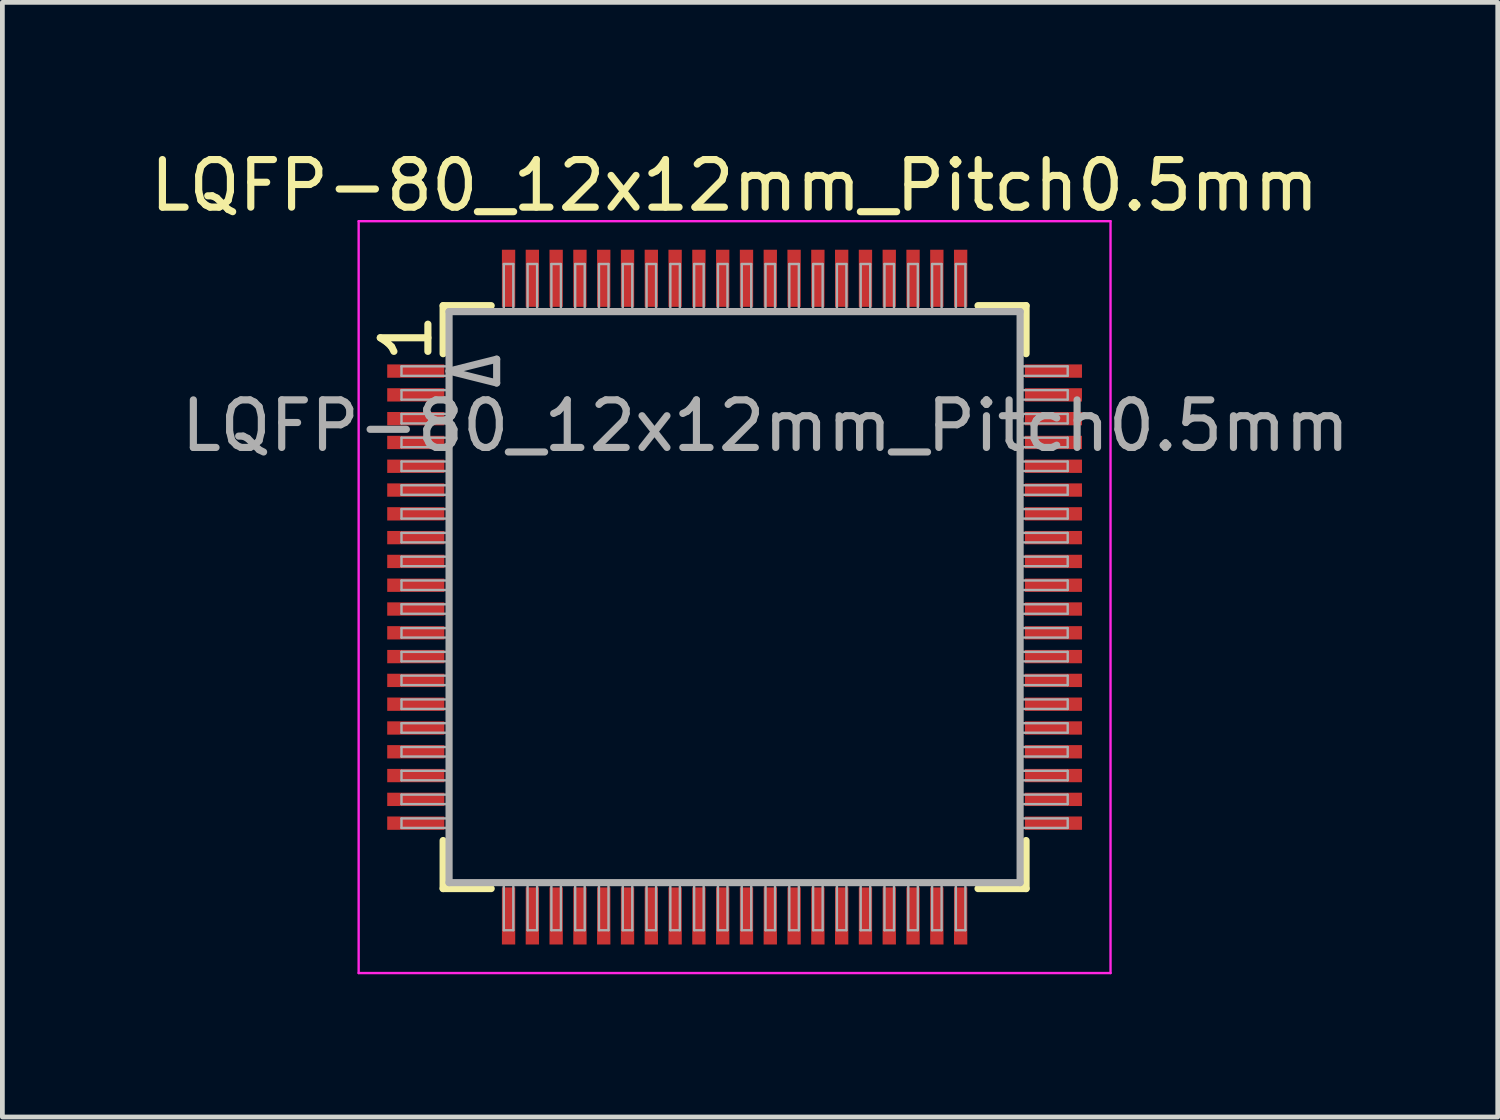
<source format=kicad_pcb>
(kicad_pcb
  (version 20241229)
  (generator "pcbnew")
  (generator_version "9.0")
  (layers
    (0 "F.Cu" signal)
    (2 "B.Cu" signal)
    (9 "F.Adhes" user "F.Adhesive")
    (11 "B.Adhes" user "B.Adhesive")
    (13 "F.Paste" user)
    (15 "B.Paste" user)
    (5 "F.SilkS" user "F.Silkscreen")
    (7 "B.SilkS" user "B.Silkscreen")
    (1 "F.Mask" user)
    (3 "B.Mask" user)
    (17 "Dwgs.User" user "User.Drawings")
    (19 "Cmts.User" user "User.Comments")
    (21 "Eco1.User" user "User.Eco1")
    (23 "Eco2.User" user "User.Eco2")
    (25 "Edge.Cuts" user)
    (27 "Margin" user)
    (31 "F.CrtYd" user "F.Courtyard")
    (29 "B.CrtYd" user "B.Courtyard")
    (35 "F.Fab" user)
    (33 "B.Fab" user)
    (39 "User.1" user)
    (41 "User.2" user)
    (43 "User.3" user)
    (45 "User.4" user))
  (footprint "LQFP-80_12x12mm_Pitch0.5mm"
    (layer "F.Cu")
    (at 12.387 9.498)
    (property "Reference" "LQFP-80_12x12mm_Pitch0.5mm" (at 0 -8.65 0) (layer "F.SilkS") (effects (font (size 1 1) (thickness 0.15))))
    (attr smd)
    (fp_line (start -6.125 -6.125) (end -6.125 -5.115) (stroke (width 0.15) (type solid)) (layer "F.SilkS"))
    (fp_line (start -6.125 -6.125) (end -5.115 -6.125) (stroke (width 0.15) (type solid)) (layer "F.SilkS"))
    (fp_line (start -6.125 6.125) (end -6.125 5.115) (stroke (width 0.15) (type solid)) (layer "F.SilkS"))
    (fp_line (start -6.125 6.125) (end -5.115 6.125) (stroke (width 0.15) (type solid)) (layer "F.SilkS"))
    (fp_line (start 6.125 -6.125) (end 5.115 -6.125) (stroke (width 0.15) (type solid)) (layer "F.SilkS"))
    (fp_line (start 6.125 -6.125) (end 6.125 -5.115) (stroke (width 0.15) (type solid)) (layer "F.SilkS"))
    (fp_line (start 6.125 6.125) (end 5.115 6.125) (stroke (width 0.15) (type solid)) (layer "F.SilkS"))
    (fp_line (start 6.125 6.125) (end 6.125 5.115) (stroke (width 0.15) (type solid)) (layer "F.SilkS"))
    (fp_line (start -7.9 -7.9) (end -7.9 7.9) (stroke (width 0.05) (type solid)) (layer "F.CrtYd"))
    (fp_line (start -7.9 -7.9) (end 7.9 -7.9) (stroke (width 0.05) (type solid)) (layer "F.CrtYd"))
    (fp_line (start -7.9 7.9) (end 7.9 7.9) (stroke (width 0.05) (type solid)) (layer "F.CrtYd"))
    (fp_line (start 7.9 -7.9) (end 7.9 7.9) (stroke (width 0.05) (type solid)) (layer "F.CrtYd"))
    (fp_line (start -7 -4.85) (end -7 -4.65) (stroke (width 0.05) (type solid)) (layer "F.Fab"))
    (fp_line (start -7 -4.65) (end -6 -4.65) (stroke (width 0.05) (type solid)) (layer "F.Fab"))
    (fp_line (start -7 -4.35) (end -7 -4.15) (stroke (width 0.05) (type solid)) (layer "F.Fab"))
    (fp_line (start -7 -4.15) (end -6 -4.15) (stroke (width 0.05) (type solid)) (layer "F.Fab"))
    (fp_line (start -7 -3.85) (end -7 -3.65) (stroke (width 0.05) (type solid)) (layer "F.Fab"))
    (fp_line (start -7 -3.65) (end -6 -3.65) (stroke (width 0.05) (type solid)) (layer "F.Fab"))
    (fp_line (start -7 -3.35) (end -7 -3.15) (stroke (width 0.05) (type solid)) (layer "F.Fab"))
    (fp_line (start -7 -3.15) (end -6 -3.15) (stroke (width 0.05) (type solid)) (layer "F.Fab"))
    (fp_line (start -7 -2.85) (end -7 -2.65) (stroke (width 0.05) (type solid)) (layer "F.Fab"))
    (fp_line (start -7 -2.65) (end -6 -2.65) (stroke (width 0.05) (type solid)) (layer "F.Fab"))
    (fp_line (start -7 -2.35) (end -7 -2.15) (stroke (width 0.05) (type solid)) (layer "F.Fab"))
    (fp_line (start -7 -2.15) (end -6 -2.15) (stroke (width 0.05) (type solid)) (layer "F.Fab"))
    (fp_line (start -7 -1.85) (end -7 -1.65) (stroke (width 0.05) (type solid)) (layer "F.Fab"))
    (fp_line (start -7 -1.65) (end -6 -1.65) (stroke (width 0.05) (type solid)) (layer "F.Fab"))
    (fp_line (start -7 -1.35) (end -7 -1.15) (stroke (width 0.05) (type solid)) (layer "F.Fab"))
    (fp_line (start -7 -1.15) (end -6 -1.15) (stroke (width 0.05) (type solid)) (layer "F.Fab"))
    (fp_line (start -7 -0.85) (end -7 -0.65) (stroke (width 0.05) (type solid)) (layer "F.Fab"))
    (fp_line (start -7 -0.65) (end -6 -0.65) (stroke (width 0.05) (type solid)) (layer "F.Fab"))
    (fp_line (start -7 -0.35) (end -7 -0.15) (stroke (width 0.05) (type solid)) (layer "F.Fab"))
    (fp_line (start -7 -0.15) (end -6 -0.15) (stroke (width 0.05) (type solid)) (layer "F.Fab"))
    (fp_line (start -7 0.15) (end -7 0.35) (stroke (width 0.05) (type solid)) (layer "F.Fab"))
    (fp_line (start -7 0.35) (end -6 0.35) (stroke (width 0.05) (type solid)) (layer "F.Fab"))
    (fp_line (start -7 0.65) (end -7 0.85) (stroke (width 0.05) (type solid)) (layer "F.Fab"))
    (fp_line (start -7 0.85) (end -6 0.85) (stroke (width 0.05) (type solid)) (layer "F.Fab"))
    (fp_line (start -7 1.15) (end -7 1.35) (stroke (width 0.05) (type solid)) (layer "F.Fab"))
    (fp_line (start -7 1.35) (end -6 1.35) (stroke (width 0.05) (type solid)) (layer "F.Fab"))
    (fp_line (start -7 1.65) (end -7 1.85) (stroke (width 0.05) (type solid)) (layer "F.Fab"))
    (fp_line (start -7 1.85) (end -6 1.85) (stroke (width 0.05) (type solid)) (layer "F.Fab"))
    (fp_line (start -7 2.15) (end -7 2.35) (stroke (width 0.05) (type solid)) (layer "F.Fab"))
    (fp_line (start -7 2.35) (end -6 2.35) (stroke (width 0.05) (type solid)) (layer "F.Fab"))
    (fp_line (start -7 2.65) (end -7 2.85) (stroke (width 0.05) (type solid)) (layer "F.Fab"))
    (fp_line (start -7 2.85) (end -6 2.85) (stroke (width 0.05) (type solid)) (layer "F.Fab"))
    (fp_line (start -7 3.15) (end -7 3.35) (stroke (width 0.05) (type solid)) (layer "F.Fab"))
    (fp_line (start -7 3.35) (end -6 3.35) (stroke (width 0.05) (type solid)) (layer "F.Fab"))
    (fp_line (start -7 3.65) (end -7 3.85) (stroke (width 0.05) (type solid)) (layer "F.Fab"))
    (fp_line (start -7 3.85) (end -6 3.85) (stroke (width 0.05) (type solid)) (layer "F.Fab"))
    (fp_line (start -7 4.15) (end -7 4.35) (stroke (width 0.05) (type solid)) (layer "F.Fab"))
    (fp_line (start -7 4.35) (end -6 4.35) (stroke (width 0.05) (type solid)) (layer "F.Fab"))
    (fp_line (start -7 4.65) (end -7 4.85) (stroke (width 0.05) (type solid)) (layer "F.Fab"))
    (fp_line (start -7 4.85) (end -6 4.85) (stroke (width 0.05) (type solid)) (layer "F.Fab"))
    (fp_line (start -6 -6) (end 6 -6) (stroke (width 0.15) (type solid)) (layer "F.Fab"))
    (fp_line (start -6 -4.85) (end -7 -4.85) (stroke (width 0.05) (type solid)) (layer "F.Fab"))
    (fp_line (start -6 -4.75) (end -5 -5) (stroke (width 0.15) (type solid)) (layer "F.Fab"))
    (fp_line (start -6 -4.65) (end -6 -4.85) (stroke (width 0.05) (type solid)) (layer "F.Fab"))
    (fp_line (start -6 -4.35) (end -7 -4.35) (stroke (width 0.05) (type solid)) (layer "F.Fab"))
    (fp_line (start -6 -4.15) (end -6 -4.35) (stroke (width 0.05) (type solid)) (layer "F.Fab"))
    (fp_line (start -6 -3.85) (end -7 -3.85) (stroke (width 0.05) (type solid)) (layer "F.Fab"))
    (fp_line (start -6 -3.65) (end -6 -3.85) (stroke (width 0.05) (type solid)) (layer "F.Fab"))
    (fp_line (start -6 -3.35) (end -7 -3.35) (stroke (width 0.05) (type solid)) (layer "F.Fab"))
    (fp_line (start -6 -3.15) (end -6 -3.35) (stroke (width 0.05) (type solid)) (layer "F.Fab"))
    (fp_line (start -6 -2.85) (end -7 -2.85) (stroke (width 0.05) (type solid)) (layer "F.Fab"))
    (fp_line (start -6 -2.65) (end -6 -2.85) (stroke (width 0.05) (type solid)) (layer "F.Fab"))
    (fp_line (start -6 -2.35) (end -7 -2.35) (stroke (width 0.05) (type solid)) (layer "F.Fab"))
    (fp_line (start -6 -2.15) (end -6 -2.35) (stroke (width 0.05) (type solid)) (layer "F.Fab"))
    (fp_line (start -6 -1.85) (end -7 -1.85) (stroke (width 0.05) (type solid)) (layer "F.Fab"))
    (fp_line (start -6 -1.65) (end -6 -1.85) (stroke (width 0.05) (type solid)) (layer "F.Fab"))
    (fp_line (start -6 -1.35) (end -7 -1.35) (stroke (width 0.05) (type solid)) (layer "F.Fab"))
    (fp_line (start -6 -1.15) (end -6 -1.35) (stroke (width 0.05) (type solid)) (layer "F.Fab"))
    (fp_line (start -6 -0.85) (end -7 -0.85) (stroke (width 0.05) (type solid)) (layer "F.Fab"))
    (fp_line (start -6 -0.65) (end -6 -0.85) (stroke (width 0.05) (type solid)) (layer "F.Fab"))
    (fp_line (start -6 -0.35) (end -7 -0.35) (stroke (width 0.05) (type solid)) (layer "F.Fab"))
    (fp_line (start -6 -0.15) (end -6 -0.35) (stroke (width 0.05) (type solid)) (layer "F.Fab"))
    (fp_line (start -6 0.15) (end -7 0.15) (stroke (width 0.05) (type solid)) (layer "F.Fab"))
    (fp_line (start -6 0.35) (end -6 0.15) (stroke (width 0.05) (type solid)) (layer "F.Fab"))
    (fp_line (start -6 0.65) (end -7 0.65) (stroke (width 0.05) (type solid)) (layer "F.Fab"))
    (fp_line (start -6 0.85) (end -6 0.65) (stroke (width 0.05) (type solid)) (layer "F.Fab"))
    (fp_line (start -6 1.15) (end -7 1.15) (stroke (width 0.05) (type solid)) (layer "F.Fab"))
    (fp_line (start -6 1.35) (end -6 1.15) (stroke (width 0.05) (type solid)) (layer "F.Fab"))
    (fp_line (start -6 1.65) (end -7 1.65) (stroke (width 0.05) (type solid)) (layer "F.Fab"))
    (fp_line (start -6 1.85) (end -6 1.65) (stroke (width 0.05) (type solid)) (layer "F.Fab"))
    (fp_line (start -6 2.15) (end -7 2.15) (stroke (width 0.05) (type solid)) (layer "F.Fab"))
    (fp_line (start -6 2.35) (end -6 2.15) (stroke (width 0.05) (type solid)) (layer "F.Fab"))
    (fp_line (start -6 2.65) (end -7 2.65) (stroke (width 0.05) (type solid)) (layer "F.Fab"))
    (fp_line (start -6 2.85) (end -6 2.65) (stroke (width 0.05) (type solid)) (layer "F.Fab"))
    (fp_line (start -6 3.15) (end -7 3.15) (stroke (width 0.05) (type solid)) (layer "F.Fab"))
    (fp_line (start -6 3.35) (end -6 3.15) (stroke (width 0.05) (type solid)) (layer "F.Fab"))
    (fp_line (start -6 3.65) (end -7 3.65) (stroke (width 0.05) (type solid)) (layer "F.Fab"))
    (fp_line (start -6 3.85) (end -6 3.65) (stroke (width 0.05) (type solid)) (layer "F.Fab"))
    (fp_line (start -6 4.15) (end -7 4.15) (stroke (width 0.05) (type solid)) (layer "F.Fab"))
    (fp_line (start -6 4.35) (end -6 4.15) (stroke (width 0.05) (type solid)) (layer "F.Fab"))
    (fp_line (start -6 4.65) (end -7 4.65) (stroke (width 0.05) (type solid)) (layer "F.Fab"))
    (fp_line (start -6 4.85) (end -6 4.65) (stroke (width 0.05) (type solid)) (layer "F.Fab"))
    (fp_line (start -6 6) (end -6 -6) (stroke (width 0.15) (type solid)) (layer "F.Fab"))
    (fp_line (start -5 -5) (end -5 -4.5) (stroke (width 0.15) (type solid)) (layer "F.Fab"))
    (fp_line (start -5 -4.5) (end -6 -4.75) (stroke (width 0.15) (type solid)) (layer "F.Fab"))
    (fp_line (start -4.85 -7) (end -4.65 -7) (stroke (width 0.05) (type solid)) (layer "F.Fab"))
    (fp_line (start -4.85 -6) (end -4.85 -7) (stroke (width 0.05) (type solid)) (layer "F.Fab"))
    (fp_line (start -4.85 -6) (end -4.65 -6) (stroke (width 0.05) (type solid)) (layer "F.Fab"))
    (fp_line (start -4.85 6) (end -4.65 6) (stroke (width 0.05) (type solid)) (layer "F.Fab"))
    (fp_line (start -4.85 7) (end -4.85 6) (stroke (width 0.05) (type solid)) (layer "F.Fab"))
    (fp_line (start -4.85 7) (end -4.65 7) (stroke (width 0.05) (type solid)) (layer "F.Fab"))
    (fp_line (start -4.65 -7) (end -4.65 -6) (stroke (width 0.05) (type solid)) (layer "F.Fab"))
    (fp_line (start -4.65 6) (end -4.65 7) (stroke (width 0.05) (type solid)) (layer "F.Fab"))
    (fp_line (start -4.35 -7) (end -4.15 -7) (stroke (width 0.05) (type solid)) (layer "F.Fab"))
    (fp_line (start -4.35 -6) (end -4.35 -7) (stroke (width 0.05) (type solid)) (layer "F.Fab"))
    (fp_line (start -4.35 -6) (end -4.15 -6) (stroke (width 0.05) (type solid)) (layer "F.Fab"))
    (fp_line (start -4.35 6) (end -4.15 6) (stroke (width 0.05) (type solid)) (layer "F.Fab"))
    (fp_line (start -4.35 7) (end -4.35 6) (stroke (width 0.05) (type solid)) (layer "F.Fab"))
    (fp_line (start -4.35 7) (end -4.15 7) (stroke (width 0.05) (type solid)) (layer "F.Fab"))
    (fp_line (start -4.15 -7) (end -4.15 -6) (stroke (width 0.05) (type solid)) (layer "F.Fab"))
    (fp_line (start -4.15 6) (end -4.15 7) (stroke (width 0.05) (type solid)) (layer "F.Fab"))
    (fp_line (start -3.85 -7) (end -3.65 -7) (stroke (width 0.05) (type solid)) (layer "F.Fab"))
    (fp_line (start -3.85 -6) (end -3.85 -7) (stroke (width 0.05) (type solid)) (layer "F.Fab"))
    (fp_line (start -3.85 -6) (end -3.65 -6) (stroke (width 0.05) (type solid)) (layer "F.Fab"))
    (fp_line (start -3.85 6) (end -3.65 6) (stroke (width 0.05) (type solid)) (layer "F.Fab"))
    (fp_line (start -3.85 7) (end -3.85 6) (stroke (width 0.05) (type solid)) (layer "F.Fab"))
    (fp_line (start -3.85 7) (end -3.65 7) (stroke (width 0.05) (type solid)) (layer "F.Fab"))
    (fp_line (start -3.65 -7) (end -3.65 -6) (stroke (width 0.05) (type solid)) (layer "F.Fab"))
    (fp_line (start -3.65 6) (end -3.65 7) (stroke (width 0.05) (type solid)) (layer "F.Fab"))
    (fp_line (start -3.35 -7) (end -3.15 -7) (stroke (width 0.05) (type solid)) (layer "F.Fab"))
    (fp_line (start -3.35 -6) (end -3.35 -7) (stroke (width 0.05) (type solid)) (layer "F.Fab"))
    (fp_line (start -3.35 -6) (end -3.15 -6) (stroke (width 0.05) (type solid)) (layer "F.Fab"))
    (fp_line (start -3.35 6) (end -3.15 6) (stroke (width 0.05) (type solid)) (layer "F.Fab"))
    (fp_line (start -3.35 7) (end -3.35 6) (stroke (width 0.05) (type solid)) (layer "F.Fab"))
    (fp_line (start -3.35 7) (end -3.15 7) (stroke (width 0.05) (type solid)) (layer "F.Fab"))
    (fp_line (start -3.15 -7) (end -3.15 -6) (stroke (width 0.05) (type solid)) (layer "F.Fab"))
    (fp_line (start -3.15 6) (end -3.15 7) (stroke (width 0.05) (type solid)) (layer "F.Fab"))
    (fp_line (start -2.85 -7) (end -2.65 -7) (stroke (width 0.05) (type solid)) (layer "F.Fab"))
    (fp_line (start -2.85 -6) (end -2.85 -7) (stroke (width 0.05) (type solid)) (layer "F.Fab"))
    (fp_line (start -2.85 -6) (end -2.65 -6) (stroke (width 0.05) (type solid)) (layer "F.Fab"))
    (fp_line (start -2.85 6) (end -2.65 6) (stroke (width 0.05) (type solid)) (layer "F.Fab"))
    (fp_line (start -2.85 7) (end -2.85 6) (stroke (width 0.05) (type solid)) (layer "F.Fab"))
    (fp_line (start -2.85 7) (end -2.65 7) (stroke (width 0.05) (type solid)) (layer "F.Fab"))
    (fp_line (start -2.65 -7) (end -2.65 -6) (stroke (width 0.05) (type solid)) (layer "F.Fab"))
    (fp_line (start -2.65 6) (end -2.65 7) (stroke (width 0.05) (type solid)) (layer "F.Fab"))
    (fp_line (start -2.35 -7) (end -2.15 -7) (stroke (width 0.05) (type solid)) (layer "F.Fab"))
    (fp_line (start -2.35 -6) (end -2.35 -7) (stroke (width 0.05) (type solid)) (layer "F.Fab"))
    (fp_line (start -2.35 -6) (end -2.15 -6) (stroke (width 0.05) (type solid)) (layer "F.Fab"))
    (fp_line (start -2.35 6) (end -2.15 6) (stroke (width 0.05) (type solid)) (layer "F.Fab"))
    (fp_line (start -2.35 7) (end -2.35 6) (stroke (width 0.05) (type solid)) (layer "F.Fab"))
    (fp_line (start -2.35 7) (end -2.15 7) (stroke (width 0.05) (type solid)) (layer "F.Fab"))
    (fp_line (start -2.15 -7) (end -2.15 -6) (stroke (width 0.05) (type solid)) (layer "F.Fab"))
    (fp_line (start -2.15 6) (end -2.15 7) (stroke (width 0.05) (type solid)) (layer "F.Fab"))
    (fp_line (start -1.85 -7) (end -1.65 -7) (stroke (width 0.05) (type solid)) (layer "F.Fab"))
    (fp_line (start -1.85 -6) (end -1.85 -7) (stroke (width 0.05) (type solid)) (layer "F.Fab"))
    (fp_line (start -1.85 -6) (end -1.65 -6) (stroke (width 0.05) (type solid)) (layer "F.Fab"))
    (fp_line (start -1.85 6) (end -1.65 6) (stroke (width 0.05) (type solid)) (layer "F.Fab"))
    (fp_line (start -1.85 7) (end -1.85 6) (stroke (width 0.05) (type solid)) (layer "F.Fab"))
    (fp_line (start -1.85 7) (end -1.65 7) (stroke (width 0.05) (type solid)) (layer "F.Fab"))
    (fp_line (start -1.65 -7) (end -1.65 -6) (stroke (width 0.05) (type solid)) (layer "F.Fab"))
    (fp_line (start -1.65 6) (end -1.65 7) (stroke (width 0.05) (type solid)) (layer "F.Fab"))
    (fp_line (start -1.35 -7) (end -1.15 -7) (stroke (width 0.05) (type solid)) (layer "F.Fab"))
    (fp_line (start -1.35 -6) (end -1.35 -7) (stroke (width 0.05) (type solid)) (layer "F.Fab"))
    (fp_line (start -1.35 -6) (end -1.15 -6) (stroke (width 0.05) (type solid)) (layer "F.Fab"))
    (fp_line (start -1.35 6) (end -1.15 6) (stroke (width 0.05) (type solid)) (layer "F.Fab"))
    (fp_line (start -1.35 7) (end -1.35 6) (stroke (width 0.05) (type solid)) (layer "F.Fab"))
    (fp_line (start -1.35 7) (end -1.15 7) (stroke (width 0.05) (type solid)) (layer "F.Fab"))
    (fp_line (start -1.15 -7) (end -1.15 -6) (stroke (width 0.05) (type solid)) (layer "F.Fab"))
    (fp_line (start -1.15 6) (end -1.15 7) (stroke (width 0.05) (type solid)) (layer "F.Fab"))
    (fp_line (start -0.85 -7) (end -0.65 -7) (stroke (width 0.05) (type solid)) (layer "F.Fab"))
    (fp_line (start -0.85 -6) (end -0.85 -7) (stroke (width 0.05) (type solid)) (layer "F.Fab"))
    (fp_line (start -0.85 -6) (end -0.65 -6) (stroke (width 0.05) (type solid)) (layer "F.Fab"))
    (fp_line (start -0.85 6) (end -0.65 6) (stroke (width 0.05) (type solid)) (layer "F.Fab"))
    (fp_line (start -0.85 7) (end -0.85 6) (stroke (width 0.05) (type solid)) (layer "F.Fab"))
    (fp_line (start -0.85 7) (end -0.65 7) (stroke (width 0.05) (type solid)) (layer "F.Fab"))
    (fp_line (start -0.65 -7) (end -0.65 -6) (stroke (width 0.05) (type solid)) (layer "F.Fab"))
    (fp_line (start -0.65 6) (end -0.65 7) (stroke (width 0.05) (type solid)) (layer "F.Fab"))
    (fp_line (start -0.35 -7) (end -0.15 -7) (stroke (width 0.05) (type solid)) (layer "F.Fab"))
    (fp_line (start -0.35 -6) (end -0.35 -7) (stroke (width 0.05) (type solid)) (layer "F.Fab"))
    (fp_line (start -0.35 -6) (end -0.15 -6) (stroke (width 0.05) (type solid)) (layer "F.Fab"))
    (fp_line (start -0.35 6) (end -0.15 6) (stroke (width 0.05) (type solid)) (layer "F.Fab"))
    (fp_line (start -0.35 7) (end -0.35 6) (stroke (width 0.05) (type solid)) (layer "F.Fab"))
    (fp_line (start -0.35 7) (end -0.15 7) (stroke (width 0.05) (type solid)) (layer "F.Fab"))
    (fp_line (start -0.15 -7) (end -0.15 -6) (stroke (width 0.05) (type solid)) (layer "F.Fab"))
    (fp_line (start -0.15 6) (end -0.15 7) (stroke (width 0.05) (type solid)) (layer "F.Fab"))
    (fp_line (start 0.15 -7) (end 0.35 -7) (stroke (width 0.05) (type solid)) (layer "F.Fab"))
    (fp_line (start 0.15 -6) (end 0.15 -7) (stroke (width 0.05) (type solid)) (layer "F.Fab"))
    (fp_line (start 0.15 -6) (end 0.35 -6) (stroke (width 0.05) (type solid)) (layer "F.Fab"))
    (fp_line (start 0.15 6) (end 0.35 6) (stroke (width 0.05) (type solid)) (layer "F.Fab"))
    (fp_line (start 0.15 7) (end 0.15 6) (stroke (width 0.05) (type solid)) (layer "F.Fab"))
    (fp_line (start 0.15 7) (end 0.35 7) (stroke (width 0.05) (type solid)) (layer "F.Fab"))
    (fp_line (start 0.35 -7) (end 0.35 -6) (stroke (width 0.05) (type solid)) (layer "F.Fab"))
    (fp_line (start 0.35 6) (end 0.35 7) (stroke (width 0.05) (type solid)) (layer "F.Fab"))
    (fp_line (start 0.65 -7) (end 0.85 -7) (stroke (width 0.05) (type solid)) (layer "F.Fab"))
    (fp_line (start 0.65 -6) (end 0.65 -7) (stroke (width 0.05) (type solid)) (layer "F.Fab"))
    (fp_line (start 0.65 -6) (end 0.85 -6) (stroke (width 0.05) (type solid)) (layer "F.Fab"))
    (fp_line (start 0.65 6) (end 0.85 6) (stroke (width 0.05) (type solid)) (layer "F.Fab"))
    (fp_line (start 0.65 7) (end 0.65 6) (stroke (width 0.05) (type solid)) (layer "F.Fab"))
    (fp_line (start 0.65 7) (end 0.85 7) (stroke (width 0.05) (type solid)) (layer "F.Fab"))
    (fp_line (start 0.85 -7) (end 0.85 -6) (stroke (width 0.05) (type solid)) (layer "F.Fab"))
    (fp_line (start 0.85 6) (end 0.85 7) (stroke (width 0.05) (type solid)) (layer "F.Fab"))
    (fp_line (start 1.15 -7) (end 1.35 -7) (stroke (width 0.05) (type solid)) (layer "F.Fab"))
    (fp_line (start 1.15 -6) (end 1.15 -7) (stroke (width 0.05) (type solid)) (layer "F.Fab"))
    (fp_line (start 1.15 -6) (end 1.35 -6) (stroke (width 0.05) (type solid)) (layer "F.Fab"))
    (fp_line (start 1.15 6) (end 1.35 6) (stroke (width 0.05) (type solid)) (layer "F.Fab"))
    (fp_line (start 1.15 7) (end 1.15 6) (stroke (width 0.05) (type solid)) (layer "F.Fab"))
    (fp_line (start 1.15 7) (end 1.35 7) (stroke (width 0.05) (type solid)) (layer "F.Fab"))
    (fp_line (start 1.35 -7) (end 1.35 -6) (stroke (width 0.05) (type solid)) (layer "F.Fab"))
    (fp_line (start 1.35 6) (end 1.35 7) (stroke (width 0.05) (type solid)) (layer "F.Fab"))
    (fp_line (start 1.65 -7) (end 1.85 -7) (stroke (width 0.05) (type solid)) (layer "F.Fab"))
    (fp_line (start 1.65 -6) (end 1.65 -7) (stroke (width 0.05) (type solid)) (layer "F.Fab"))
    (fp_line (start 1.65 -6) (end 1.85 -6) (stroke (width 0.05) (type solid)) (layer "F.Fab"))
    (fp_line (start 1.65 6) (end 1.85 6) (stroke (width 0.05) (type solid)) (layer "F.Fab"))
    (fp_line (start 1.65 7) (end 1.65 6) (stroke (width 0.05) (type solid)) (layer "F.Fab"))
    (fp_line (start 1.65 7) (end 1.85 7) (stroke (width 0.05) (type solid)) (layer "F.Fab"))
    (fp_line (start 1.85 -7) (end 1.85 -6) (stroke (width 0.05) (type solid)) (layer "F.Fab"))
    (fp_line (start 1.85 6) (end 1.85 7) (stroke (width 0.05) (type solid)) (layer "F.Fab"))
    (fp_line (start 2.15 -7) (end 2.35 -7) (stroke (width 0.05) (type solid)) (layer "F.Fab"))
    (fp_line (start 2.15 -6) (end 2.15 -7) (stroke (width 0.05) (type solid)) (layer "F.Fab"))
    (fp_line (start 2.15 -6) (end 2.35 -6) (stroke (width 0.05) (type solid)) (layer "F.Fab"))
    (fp_line (start 2.15 6) (end 2.35 6) (stroke (width 0.05) (type solid)) (layer "F.Fab"))
    (fp_line (start 2.15 7) (end 2.15 6) (stroke (width 0.05) (type solid)) (layer "F.Fab"))
    (fp_line (start 2.15 7) (end 2.35 7) (stroke (width 0.05) (type solid)) (layer "F.Fab"))
    (fp_line (start 2.35 -7) (end 2.35 -6) (stroke (width 0.05) (type solid)) (layer "F.Fab"))
    (fp_line (start 2.35 6) (end 2.35 7) (stroke (width 0.05) (type solid)) (layer "F.Fab"))
    (fp_line (start 2.65 -7) (end 2.85 -7) (stroke (width 0.05) (type solid)) (layer "F.Fab"))
    (fp_line (start 2.65 -6) (end 2.65 -7) (stroke (width 0.05) (type solid)) (layer "F.Fab"))
    (fp_line (start 2.65 -6) (end 2.85 -6) (stroke (width 0.05) (type solid)) (layer "F.Fab"))
    (fp_line (start 2.65 6) (end 2.85 6) (stroke (width 0.05) (type solid)) (layer "F.Fab"))
    (fp_line (start 2.65 7) (end 2.65 6) (stroke (width 0.05) (type solid)) (layer "F.Fab"))
    (fp_line (start 2.65 7) (end 2.85 7) (stroke (width 0.05) (type solid)) (layer "F.Fab"))
    (fp_line (start 2.85 -7) (end 2.85 -6) (stroke (width 0.05) (type solid)) (layer "F.Fab"))
    (fp_line (start 2.85 6) (end 2.85 7) (stroke (width 0.05) (type solid)) (layer "F.Fab"))
    (fp_line (start 3.15 -7) (end 3.35 -7) (stroke (width 0.05) (type solid)) (layer "F.Fab"))
    (fp_line (start 3.15 -6) (end 3.15 -7) (stroke (width 0.05) (type solid)) (layer "F.Fab"))
    (fp_line (start 3.15 -6) (end 3.35 -6) (stroke (width 0.05) (type solid)) (layer "F.Fab"))
    (fp_line (start 3.15 6) (end 3.35 6) (stroke (width 0.05) (type solid)) (layer "F.Fab"))
    (fp_line (start 3.15 7) (end 3.15 6) (stroke (width 0.05) (type solid)) (layer "F.Fab"))
    (fp_line (start 3.15 7) (end 3.35 7) (stroke (width 0.05) (type solid)) (layer "F.Fab"))
    (fp_line (start 3.35 -7) (end 3.35 -6) (stroke (width 0.05) (type solid)) (layer "F.Fab"))
    (fp_line (start 3.35 6) (end 3.35 7) (stroke (width 0.05) (type solid)) (layer "F.Fab"))
    (fp_line (start 3.65 -7) (end 3.85 -7) (stroke (width 0.05) (type solid)) (layer "F.Fab"))
    (fp_line (start 3.65 -6) (end 3.65 -7) (stroke (width 0.05) (type solid)) (layer "F.Fab"))
    (fp_line (start 3.65 -6) (end 3.85 -6) (stroke (width 0.05) (type solid)) (layer "F.Fab"))
    (fp_line (start 3.65 6) (end 3.85 6) (stroke (width 0.05) (type solid)) (layer "F.Fab"))
    (fp_line (start 3.65 7) (end 3.65 6) (stroke (width 0.05) (type solid)) (layer "F.Fab"))
    (fp_line (start 3.65 7) (end 3.85 7) (stroke (width 0.05) (type solid)) (layer "F.Fab"))
    (fp_line (start 3.85 -7) (end 3.85 -6) (stroke (width 0.05) (type solid)) (layer "F.Fab"))
    (fp_line (start 3.85 6) (end 3.85 7) (stroke (width 0.05) (type solid)) (layer "F.Fab"))
    (fp_line (start 4.15 -7) (end 4.35 -7) (stroke (width 0.05) (type solid)) (layer "F.Fab"))
    (fp_line (start 4.15 -6) (end 4.15 -7) (stroke (width 0.05) (type solid)) (layer "F.Fab"))
    (fp_line (start 4.15 -6) (end 4.35 -6) (stroke (width 0.05) (type solid)) (layer "F.Fab"))
    (fp_line (start 4.15 6) (end 4.35 6) (stroke (width 0.05) (type solid)) (layer "F.Fab"))
    (fp_line (start 4.15 7) (end 4.15 6) (stroke (width 0.05) (type solid)) (layer "F.Fab"))
    (fp_line (start 4.15 7) (end 4.35 7) (stroke (width 0.05) (type solid)) (layer "F.Fab"))
    (fp_line (start 4.35 -7) (end 4.35 -6) (stroke (width 0.05) (type solid)) (layer "F.Fab"))
    (fp_line (start 4.35 6) (end 4.35 7) (stroke (width 0.05) (type solid)) (layer "F.Fab"))
    (fp_line (start 4.65 -7) (end 4.85 -7) (stroke (width 0.05) (type solid)) (layer "F.Fab"))
    (fp_line (start 4.65 -6) (end 4.65 -7) (stroke (width 0.05) (type solid)) (layer "F.Fab"))
    (fp_line (start 4.65 -6) (end 4.85 -6) (stroke (width 0.05) (type solid)) (layer "F.Fab"))
    (fp_line (start 4.65 6) (end 4.85 6) (stroke (width 0.05) (type solid)) (layer "F.Fab"))
    (fp_line (start 4.65 7) (end 4.65 6) (stroke (width 0.05) (type solid)) (layer "F.Fab"))
    (fp_line (start 4.65 7) (end 4.85 7) (stroke (width 0.05) (type solid)) (layer "F.Fab"))
    (fp_line (start 4.85 -7) (end 4.85 -6) (stroke (width 0.05) (type solid)) (layer "F.Fab"))
    (fp_line (start 4.85 6) (end 4.85 7) (stroke (width 0.05) (type solid)) (layer "F.Fab"))
    (fp_line (start 6 -6) (end 6 6) (stroke (width 0.15) (type solid)) (layer "F.Fab"))
    (fp_line (start 6 -4.85) (end 6 -4.65) (stroke (width 0.05) (type solid)) (layer "F.Fab"))
    (fp_line (start 6 -4.65) (end 7 -4.65) (stroke (width 0.05) (type solid)) (layer "F.Fab"))
    (fp_line (start 6 -4.35) (end 6 -4.15) (stroke (width 0.05) (type solid)) (layer "F.Fab"))
    (fp_line (start 6 -4.15) (end 7 -4.15) (stroke (width 0.05) (type solid)) (layer "F.Fab"))
    (fp_line (start 6 -3.85) (end 6 -3.65) (stroke (width 0.05) (type solid)) (layer "F.Fab"))
    (fp_line (start 6 -3.65) (end 7 -3.65) (stroke (width 0.05) (type solid)) (layer "F.Fab"))
    (fp_line (start 6 -3.35) (end 6 -3.15) (stroke (width 0.05) (type solid)) (layer "F.Fab"))
    (fp_line (start 6 -3.15) (end 7 -3.15) (stroke (width 0.05) (type solid)) (layer "F.Fab"))
    (fp_line (start 6 -2.85) (end 6 -2.65) (stroke (width 0.05) (type solid)) (layer "F.Fab"))
    (fp_line (start 6 -2.65) (end 7 -2.65) (stroke (width 0.05) (type solid)) (layer "F.Fab"))
    (fp_line (start 6 -2.35) (end 6 -2.15) (stroke (width 0.05) (type solid)) (layer "F.Fab"))
    (fp_line (start 6 -2.15) (end 7 -2.15) (stroke (width 0.05) (type solid)) (layer "F.Fab"))
    (fp_line (start 6 -1.85) (end 6 -1.65) (stroke (width 0.05) (type solid)) (layer "F.Fab"))
    (fp_line (start 6 -1.65) (end 7 -1.65) (stroke (width 0.05) (type solid)) (layer "F.Fab"))
    (fp_line (start 6 -1.35) (end 6 -1.15) (stroke (width 0.05) (type solid)) (layer "F.Fab"))
    (fp_line (start 6 -1.15) (end 7 -1.15) (stroke (width 0.05) (type solid)) (layer "F.Fab"))
    (fp_line (start 6 -0.85) (end 6 -0.65) (stroke (width 0.05) (type solid)) (layer "F.Fab"))
    (fp_line (start 6 -0.65) (end 7 -0.65) (stroke (width 0.05) (type solid)) (layer "F.Fab"))
    (fp_line (start 6 -0.35) (end 6 -0.15) (stroke (width 0.05) (type solid)) (layer "F.Fab"))
    (fp_line (start 6 -0.15) (end 7 -0.15) (stroke (width 0.05) (type solid)) (layer "F.Fab"))
    (fp_line (start 6 0.15) (end 6 0.35) (stroke (width 0.05) (type solid)) (layer "F.Fab"))
    (fp_line (start 6 0.35) (end 7 0.35) (stroke (width 0.05) (type solid)) (layer "F.Fab"))
    (fp_line (start 6 0.65) (end 6 0.85) (stroke (width 0.05) (type solid)) (layer "F.Fab"))
    (fp_line (start 6 0.85) (end 7 0.85) (stroke (width 0.05) (type solid)) (layer "F.Fab"))
    (fp_line (start 6 1.15) (end 6 1.35) (stroke (width 0.05) (type solid)) (layer "F.Fab"))
    (fp_line (start 6 1.35) (end 7 1.35) (stroke (width 0.05) (type solid)) (layer "F.Fab"))
    (fp_line (start 6 1.65) (end 6 1.85) (stroke (width 0.05) (type solid)) (layer "F.Fab"))
    (fp_line (start 6 1.85) (end 7 1.85) (stroke (width 0.05) (type solid)) (layer "F.Fab"))
    (fp_line (start 6 2.15) (end 6 2.35) (stroke (width 0.05) (type solid)) (layer "F.Fab"))
    (fp_line (start 6 2.35) (end 7 2.35) (stroke (width 0.05) (type solid)) (layer "F.Fab"))
    (fp_line (start 6 2.65) (end 6 2.85) (stroke (width 0.05) (type solid)) (layer "F.Fab"))
    (fp_line (start 6 2.85) (end 7 2.85) (stroke (width 0.05) (type solid)) (layer "F.Fab"))
    (fp_line (start 6 3.15) (end 6 3.35) (stroke (width 0.05) (type solid)) (layer "F.Fab"))
    (fp_line (start 6 3.35) (end 7 3.35) (stroke (width 0.05) (type solid)) (layer "F.Fab"))
    (fp_line (start 6 3.65) (end 6 3.85) (stroke (width 0.05) (type solid)) (layer "F.Fab"))
    (fp_line (start 6 3.85) (end 7 3.85) (stroke (width 0.05) (type solid)) (layer "F.Fab"))
    (fp_line (start 6 4.15) (end 6 4.35) (stroke (width 0.05) (type solid)) (layer "F.Fab"))
    (fp_line (start 6 4.35) (end 7 4.35) (stroke (width 0.05) (type solid)) (layer "F.Fab"))
    (fp_line (start 6 4.65) (end 6 4.85) (stroke (width 0.05) (type solid)) (layer "F.Fab"))
    (fp_line (start 6 4.85) (end 7 4.85) (stroke (width 0.05) (type solid)) (layer "F.Fab"))
    (fp_line (start 6 6) (end -6 6) (stroke (width 0.15) (type solid)) (layer "F.Fab"))
    (fp_line (start 7 -4.85) (end 6 -4.85) (stroke (width 0.05) (type solid)) (layer "F.Fab"))
    (fp_line (start 7 -4.65) (end 7 -4.85) (stroke (width 0.05) (type solid)) (layer "F.Fab"))
    (fp_line (start 7 -4.35) (end 6 -4.35) (stroke (width 0.05) (type solid)) (layer "F.Fab"))
    (fp_line (start 7 -4.15) (end 7 -4.35) (stroke (width 0.05) (type solid)) (layer "F.Fab"))
    (fp_line (start 7 -3.85) (end 6 -3.85) (stroke (width 0.05) (type solid)) (layer "F.Fab"))
    (fp_line (start 7 -3.65) (end 7 -3.85) (stroke (width 0.05) (type solid)) (layer "F.Fab"))
    (fp_line (start 7 -3.35) (end 6 -3.35) (stroke (width 0.05) (type solid)) (layer "F.Fab"))
    (fp_line (start 7 -3.15) (end 7 -3.35) (stroke (width 0.05) (type solid)) (layer "F.Fab"))
    (fp_line (start 7 -2.85) (end 6 -2.85) (stroke (width 0.05) (type solid)) (layer "F.Fab"))
    (fp_line (start 7 -2.65) (end 7 -2.85) (stroke (width 0.05) (type solid)) (layer "F.Fab"))
    (fp_line (start 7 -2.35) (end 6 -2.35) (stroke (width 0.05) (type solid)) (layer "F.Fab"))
    (fp_line (start 7 -2.15) (end 7 -2.35) (stroke (width 0.05) (type solid)) (layer "F.Fab"))
    (fp_line (start 7 -1.85) (end 6 -1.85) (stroke (width 0.05) (type solid)) (layer "F.Fab"))
    (fp_line (start 7 -1.65) (end 7 -1.85) (stroke (width 0.05) (type solid)) (layer "F.Fab"))
    (fp_line (start 7 -1.35) (end 6 -1.35) (stroke (width 0.05) (type solid)) (layer "F.Fab"))
    (fp_line (start 7 -1.15) (end 7 -1.35) (stroke (width 0.05) (type solid)) (layer "F.Fab"))
    (fp_line (start 7 -0.85) (end 6 -0.85) (stroke (width 0.05) (type solid)) (layer "F.Fab"))
    (fp_line (start 7 -0.65) (end 7 -0.85) (stroke (width 0.05) (type solid)) (layer "F.Fab"))
    (fp_line (start 7 -0.35) (end 6 -0.35) (stroke (width 0.05) (type solid)) (layer "F.Fab"))
    (fp_line (start 7 -0.15) (end 7 -0.35) (stroke (width 0.05) (type solid)) (layer "F.Fab"))
    (fp_line (start 7 0.15) (end 6 0.15) (stroke (width 0.05) (type solid)) (layer "F.Fab"))
    (fp_line (start 7 0.35) (end 7 0.15) (stroke (width 0.05) (type solid)) (layer "F.Fab"))
    (fp_line (start 7 0.65) (end 6 0.65) (stroke (width 0.05) (type solid)) (layer "F.Fab"))
    (fp_line (start 7 0.85) (end 7 0.65) (stroke (width 0.05) (type solid)) (layer "F.Fab"))
    (fp_line (start 7 1.15) (end 6 1.15) (stroke (width 0.05) (type solid)) (layer "F.Fab"))
    (fp_line (start 7 1.35) (end 7 1.15) (stroke (width 0.05) (type solid)) (layer "F.Fab"))
    (fp_line (start 7 1.65) (end 6 1.65) (stroke (width 0.05) (type solid)) (layer "F.Fab"))
    (fp_line (start 7 1.85) (end 7 1.65) (stroke (width 0.05) (type solid)) (layer "F.Fab"))
    (fp_line (start 7 2.15) (end 6 2.15) (stroke (width 0.05) (type solid)) (layer "F.Fab"))
    (fp_line (start 7 2.35) (end 7 2.15) (stroke (width 0.05) (type solid)) (layer "F.Fab"))
    (fp_line (start 7 2.65) (end 6 2.65) (stroke (width 0.05) (type solid)) (layer "F.Fab"))
    (fp_line (start 7 2.85) (end 7 2.65) (stroke (width 0.05) (type solid)) (layer "F.Fab"))
    (fp_line (start 7 3.15) (end 6 3.15) (stroke (width 0.05) (type solid)) (layer "F.Fab"))
    (fp_line (start 7 3.35) (end 7 3.15) (stroke (width 0.05) (type solid)) (layer "F.Fab"))
    (fp_line (start 7 3.65) (end 6 3.65) (stroke (width 0.05) (type solid)) (layer "F.Fab"))
    (fp_line (start 7 3.85) (end 7 3.65) (stroke (width 0.05) (type solid)) (layer "F.Fab"))
    (fp_line (start 7 4.15) (end 6 4.15) (stroke (width 0.05) (type solid)) (layer "F.Fab"))
    (fp_line (start 7 4.35) (end 7 4.15) (stroke (width 0.05) (type solid)) (layer "F.Fab"))
    (fp_line (start 7 4.65) (end 6 4.65) (stroke (width 0.05) (type solid)) (layer "F.Fab"))
    (fp_line (start 7 4.85) (end 7 4.65) (stroke (width 0.05) (type solid)) (layer "F.Fab"))
    (fp_text user "1" (at -6.9 -5.45 270) (layer "F.SilkS") (effects (font (size 1 1) (thickness 0.15))))
    (fp_text user "${REFERENCE}" (at 0.65 -3.6 0) (layer "F.Fab") (effects (font (size 1 1) (thickness 0.15))))
    (pad "1" smd rect (at -6.7 -4.75) (size 1.2 0.28) (layers "F.Cu" "F.Mask" "F.Paste"))
    (pad "2" smd rect (at -6.7 -4.25) (size 1.2 0.28) (layers "F.Cu" "F.Mask" "F.Paste"))
    (pad "3" smd rect (at -6.7 -3.75) (size 1.2 0.28) (layers "F.Cu" "F.Mask" "F.Paste"))
    (pad "4" smd rect (at -6.7 -3.25) (size 1.2 0.28) (layers "F.Cu" "F.Mask" "F.Paste"))
    (pad "5" smd rect (at -6.7 -2.75) (size 1.2 0.28) (layers "F.Cu" "F.Mask" "F.Paste"))
    (pad "6" smd rect (at -6.7 -2.25) (size 1.2 0.28) (layers "F.Cu" "F.Mask" "F.Paste"))
    (pad "7" smd rect (at -6.7 -1.75) (size 1.2 0.28) (layers "F.Cu" "F.Mask" "F.Paste"))
    (pad "8" smd rect (at -6.7 -1.25) (size 1.2 0.28) (layers "F.Cu" "F.Mask" "F.Paste"))
    (pad "9" smd rect (at -6.7 -0.75) (size 1.2 0.28) (layers "F.Cu" "F.Mask" "F.Paste"))
    (pad "10" smd rect (at -6.7 -0.25) (size 1.2 0.28) (layers "F.Cu" "F.Mask" "F.Paste"))
    (pad "11" smd rect (at -6.7 0.25) (size 1.2 0.28) (layers "F.Cu" "F.Mask" "F.Paste"))
    (pad "12" smd rect (at -6.7 0.75) (size 1.2 0.28) (layers "F.Cu" "F.Mask" "F.Paste"))
    (pad "13" smd rect (at -6.7 1.25) (size 1.2 0.28) (layers "F.Cu" "F.Mask" "F.Paste"))
    (pad "14" smd rect (at -6.7 1.75) (size 1.2 0.28) (layers "F.Cu" "F.Mask" "F.Paste"))
    (pad "15" smd rect (at -6.7 2.25) (size 1.2 0.28) (layers "F.Cu" "F.Mask" "F.Paste"))
    (pad "16" smd rect (at -6.7 2.75) (size 1.2 0.28) (layers "F.Cu" "F.Mask" "F.Paste"))
    (pad "17" smd rect (at -6.7 3.25) (size 1.2 0.28) (layers "F.Cu" "F.Mask" "F.Paste"))
    (pad "18" smd rect (at -6.7 3.75) (size 1.2 0.28) (layers "F.Cu" "F.Mask" "F.Paste"))
    (pad "19" smd rect (at -6.7 4.25) (size 1.2 0.28) (layers "F.Cu" "F.Mask" "F.Paste"))
    (pad "20" smd rect (at -6.7 4.75) (size 1.2 0.28) (layers "F.Cu" "F.Mask" "F.Paste"))
    (pad "21" smd rect (at -4.75 6.7) (size 0.28 1.2) (layers "F.Cu" "F.Mask" "F.Paste"))
    (pad "22" smd rect (at -4.25 6.7) (size 0.28 1.2) (layers "F.Cu" "F.Mask" "F.Paste"))
    (pad "23" smd rect (at -3.75 6.7) (size 0.28 1.2) (layers "F.Cu" "F.Mask" "F.Paste"))
    (pad "24" smd rect (at -3.25 6.7) (size 0.28 1.2) (layers "F.Cu" "F.Mask" "F.Paste"))
    (pad "25" smd rect (at -2.75 6.7) (size 0.28 1.2) (layers "F.Cu" "F.Mask" "F.Paste"))
    (pad "26" smd rect (at -2.25 6.7) (size 0.28 1.2) (layers "F.Cu" "F.Mask" "F.Paste"))
    (pad "27" smd rect (at -1.75 6.7) (size 0.28 1.2) (layers "F.Cu" "F.Mask" "F.Paste"))
    (pad "28" smd rect (at -1.25 6.7) (size 0.28 1.2) (layers "F.Cu" "F.Mask" "F.Paste"))
    (pad "29" smd rect (at -0.75 6.7) (size 0.28 1.2) (layers "F.Cu" "F.Mask" "F.Paste"))
    (pad "30" smd rect (at -0.25 6.7) (size 0.28 1.2) (layers "F.Cu" "F.Mask" "F.Paste"))
    (pad "31" smd rect (at 0.25 6.7) (size 0.28 1.2) (layers "F.Cu" "F.Mask" "F.Paste"))
    (pad "32" smd rect (at 0.75 6.7) (size 0.28 1.2) (layers "F.Cu" "F.Mask" "F.Paste"))
    (pad "33" smd rect (at 1.25 6.7) (size 0.28 1.2) (layers "F.Cu" "F.Mask" "F.Paste"))
    (pad "34" smd rect (at 1.75 6.7) (size 0.28 1.2) (layers "F.Cu" "F.Mask" "F.Paste"))
    (pad "35" smd rect (at 2.25 6.7) (size 0.28 1.2) (layers "F.Cu" "F.Mask" "F.Paste"))
    (pad "36" smd rect (at 2.75 6.7) (size 0.28 1.2) (layers "F.Cu" "F.Mask" "F.Paste"))
    (pad "37" smd rect (at 3.25 6.7) (size 0.28 1.2) (layers "F.Cu" "F.Mask" "F.Paste"))
    (pad "38" smd rect (at 3.75 6.7) (size 0.28 1.2) (layers "F.Cu" "F.Mask" "F.Paste"))
    (pad "39" smd rect (at 4.25 6.7) (size 0.28 1.2) (layers "F.Cu" "F.Mask" "F.Paste"))
    (pad "40" smd rect (at 4.75 6.7) (size 0.28 1.2) (layers "F.Cu" "F.Mask" "F.Paste"))
    (pad "41" smd rect (at 6.7 4.75) (size 1.2 0.28) (layers "F.Cu" "F.Mask" "F.Paste"))
    (pad "42" smd rect (at 6.7 4.25) (size 1.2 0.28) (layers "F.Cu" "F.Mask" "F.Paste"))
    (pad "43" smd rect (at 6.7 3.75) (size 1.2 0.28) (layers "F.Cu" "F.Mask" "F.Paste"))
    (pad "44" smd rect (at 6.7 3.25) (size 1.2 0.28) (layers "F.Cu" "F.Mask" "F.Paste"))
    (pad "45" smd rect (at 6.7 2.75) (size 1.2 0.28) (layers "F.Cu" "F.Mask" "F.Paste"))
    (pad "46" smd rect (at 6.7 2.25) (size 1.2 0.28) (layers "F.Cu" "F.Mask" "F.Paste"))
    (pad "47" smd rect (at 6.7 1.75) (size 1.2 0.28) (layers "F.Cu" "F.Mask" "F.Paste"))
    (pad "48" smd rect (at 6.7 1.25) (size 1.2 0.28) (layers "F.Cu" "F.Mask" "F.Paste"))
    (pad "49" smd rect (at 6.7 0.75) (size 1.2 0.28) (layers "F.Cu" "F.Mask" "F.Paste"))
    (pad "50" smd rect (at 6.7 0.25) (size 1.2 0.28) (layers "F.Cu" "F.Mask" "F.Paste"))
    (pad "51" smd rect (at 6.7 -0.25) (size 1.2 0.28) (layers "F.Cu" "F.Mask" "F.Paste"))
    (pad "52" smd rect (at 6.7 -0.75) (size 1.2 0.28) (layers "F.Cu" "F.Mask" "F.Paste"))
    (pad "53" smd rect (at 6.7 -1.25) (size 1.2 0.28) (layers "F.Cu" "F.Mask" "F.Paste"))
    (pad "54" smd rect (at 6.7 -1.75) (size 1.2 0.28) (layers "F.Cu" "F.Mask" "F.Paste"))
    (pad "55" smd rect (at 6.7 -2.25) (size 1.2 0.28) (layers "F.Cu" "F.Mask" "F.Paste"))
    (pad "56" smd rect (at 6.7 -2.75) (size 1.2 0.28) (layers "F.Cu" "F.Mask" "F.Paste"))
    (pad "57" smd rect (at 6.7 -3.25) (size 1.2 0.28) (layers "F.Cu" "F.Mask" "F.Paste"))
    (pad "58" smd rect (at 6.7 -3.75) (size 1.2 0.28) (layers "F.Cu" "F.Mask" "F.Paste"))
    (pad "59" smd rect (at 6.7 -4.25) (size 1.2 0.28) (layers "F.Cu" "F.Mask" "F.Paste"))
    (pad "60" smd rect (at 6.7 -4.75) (size 1.2 0.28) (layers "F.Cu" "F.Mask" "F.Paste"))
    (pad "61" smd rect (at 4.75 -6.7) (size 0.28 1.2) (layers "F.Cu" "F.Mask" "F.Paste"))
    (pad "62" smd rect (at 4.25 -6.7) (size 0.28 1.2) (layers "F.Cu" "F.Mask" "F.Paste"))
    (pad "63" smd rect (at 3.75 -6.7) (size 0.28 1.2) (layers "F.Cu" "F.Mask" "F.Paste"))
    (pad "64" smd rect (at 3.25 -6.7) (size 0.28 1.2) (layers "F.Cu" "F.Mask" "F.Paste"))
    (pad "65" smd rect (at 2.75 -6.7) (size 0.28 1.2) (layers "F.Cu" "F.Mask" "F.Paste"))
    (pad "66" smd rect (at 2.25 -6.7) (size 0.28 1.2) (layers "F.Cu" "F.Mask" "F.Paste"))
    (pad "67" smd rect (at 1.75 -6.7) (size 0.28 1.2) (layers "F.Cu" "F.Mask" "F.Paste"))
    (pad "68" smd rect (at 1.25 -6.7) (size 0.28 1.2) (layers "F.Cu" "F.Mask" "F.Paste"))
    (pad "69" smd rect (at 0.75 -6.7) (size 0.28 1.2) (layers "F.Cu" "F.Mask" "F.Paste"))
    (pad "70" smd rect (at 0.25 -6.7) (size 0.28 1.2) (layers "F.Cu" "F.Mask" "F.Paste"))
    (pad "71" smd rect (at -0.25 -6.7) (size 0.28 1.2) (layers "F.Cu" "F.Mask" "F.Paste"))
    (pad "72" smd rect (at -0.75 -6.7) (size 0.28 1.2) (layers "F.Cu" "F.Mask" "F.Paste"))
    (pad "73" smd rect (at -1.25 -6.7) (size 0.28 1.2) (layers "F.Cu" "F.Mask" "F.Paste"))
    (pad "74" smd rect (at -1.75 -6.7) (size 0.28 1.2) (layers "F.Cu" "F.Mask" "F.Paste"))
    (pad "75" smd rect (at -2.25 -6.7) (size 0.28 1.2) (layers "F.Cu" "F.Mask" "F.Paste"))
    (pad "76" smd rect (at -2.75 -6.7) (size 0.28 1.2) (layers "F.Cu" "F.Mask" "F.Paste"))
    (pad "77" smd rect (at -3.25 -6.7) (size 0.28 1.2) (layers "F.Cu" "F.Mask" "F.Paste"))
    (pad "78" smd rect (at -3.75 -6.7) (size 0.28 1.2) (layers "F.Cu" "F.Mask" "F.Paste"))
    (pad "79" smd rect (at -4.25 -6.7) (size 0.28 1.2) (layers "F.Cu" "F.Mask" "F.Paste"))
    (pad "80" smd rect (at -4.75 -6.7) (size 0.28 1.2) (layers "F.Cu" "F.Mask" "F.Paste")))
  (gr_rect
    (start -3 -3)
    (end 28.424 20.423)
    (stroke (width 0.1) (type default))
    (fill no)
    (layer "Edge.Cuts")))
</source>
